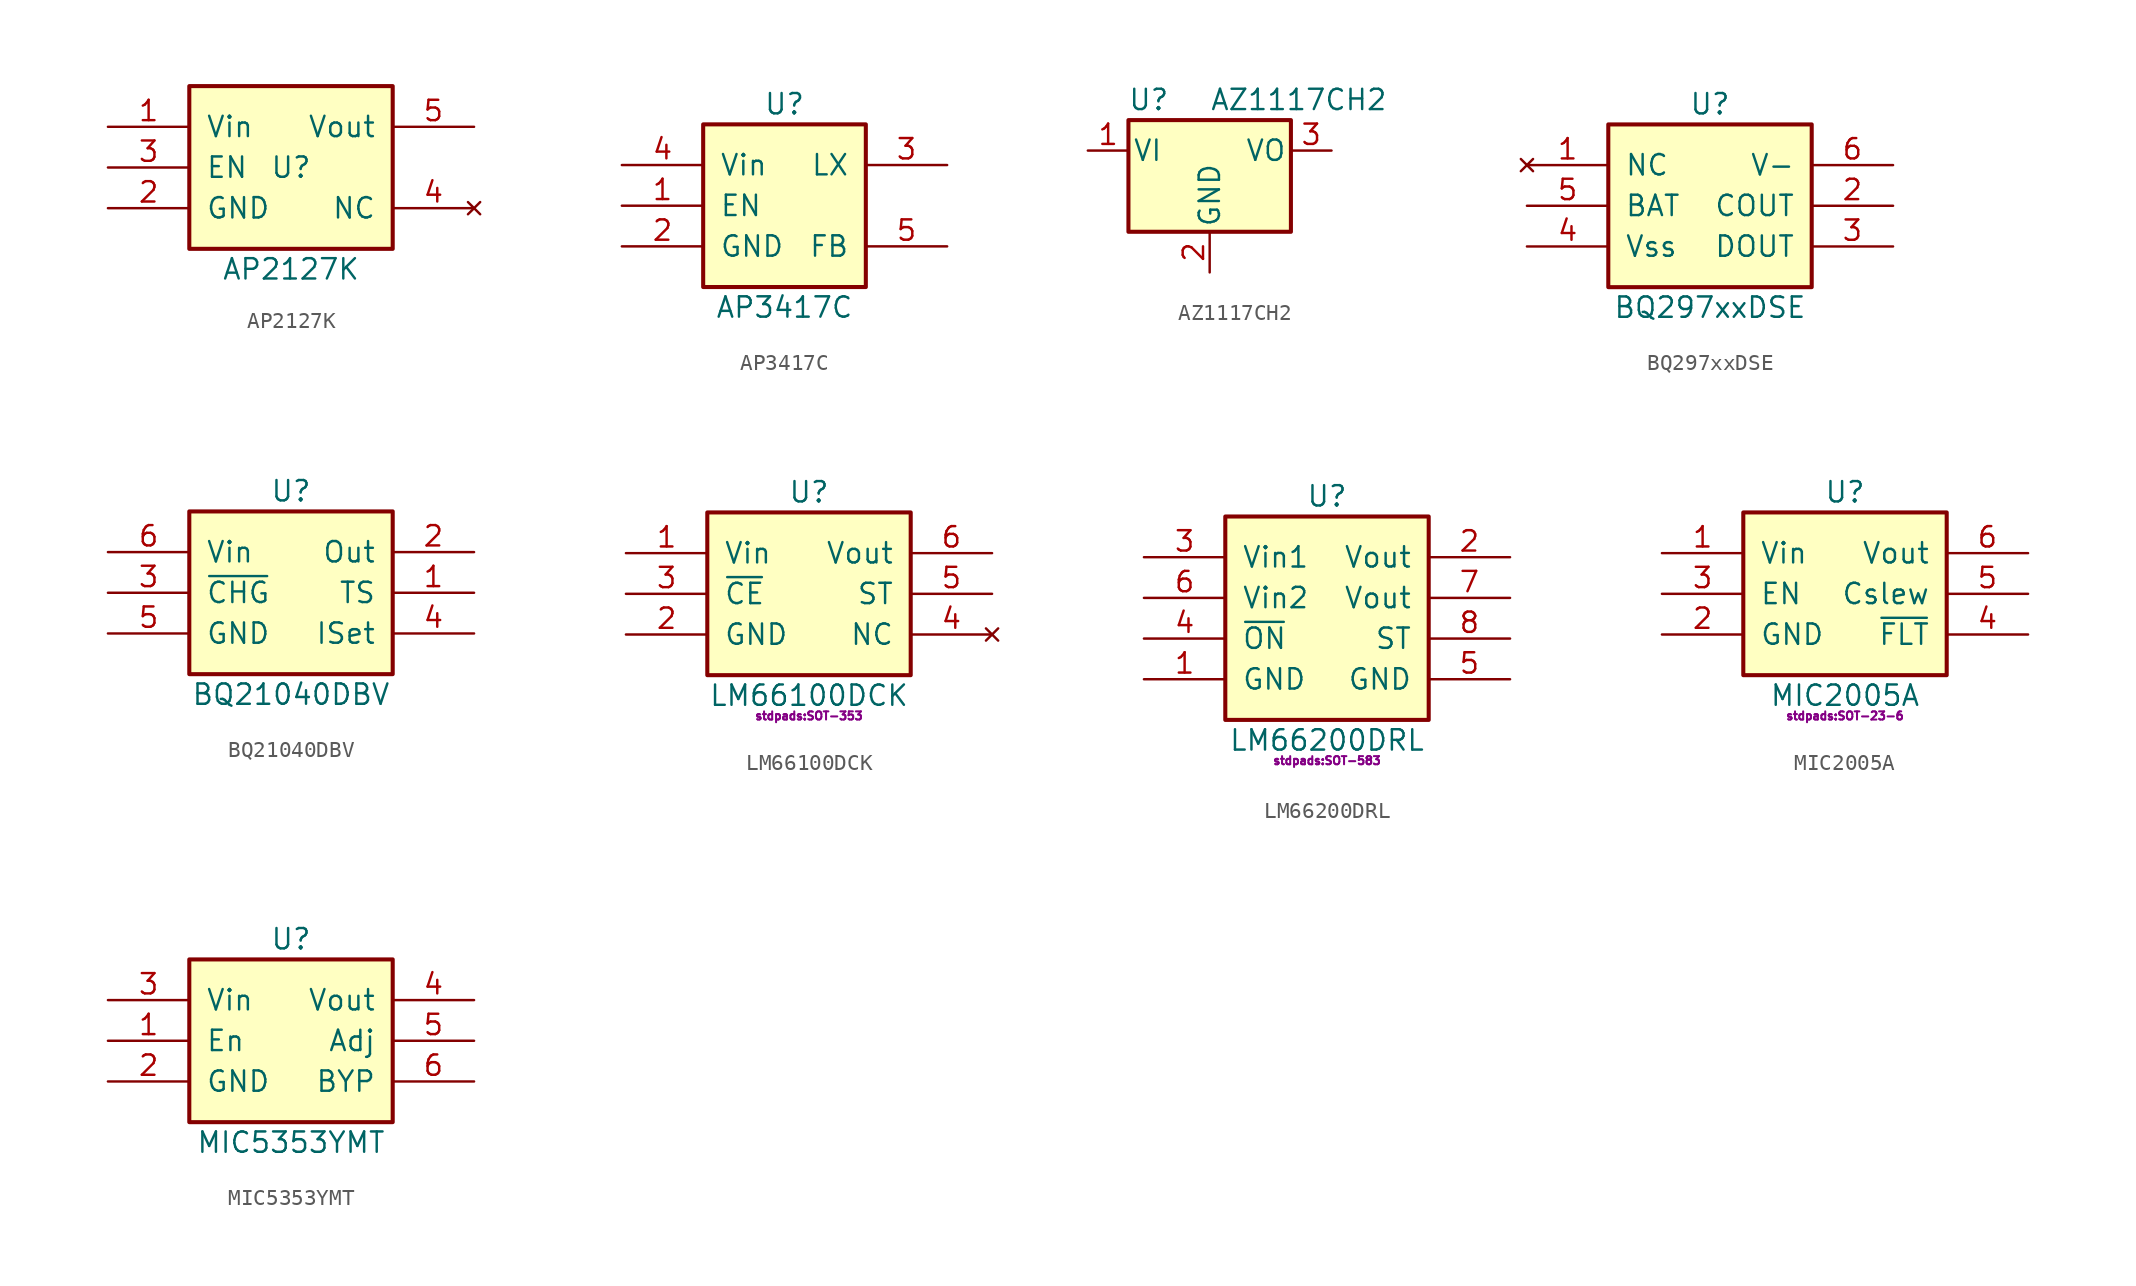
<source format=kicad_sym>
(kicad_symbol_lib
  (version 20231120)
  (generator "kicad_symbol_editor")
  (generator_version "8.0")
  (symbol "AP2127K"
    (pin_names
      (offset 1.016))
    (property "Reference" "U"
      (at 0 0 0)
      (effects (font (size 1.27 1.27))))
    (property "Value" "AP2127K"
      (at 0 -6.35 0)
      (effects (font (size 1.27 1.27))))
    (symbol "AP2127K_0_1"
      (rectangle (start -6.35 5.08) (end 6.35 -5.08) (stroke (width 0.254) (type default)) (fill (type background))))
    (symbol "AP2127K_1_1"
      (pin power_in line (at -11.43 2.54 0) (length 5.08) (name "Vin" (effects (font (size 1.27 1.27)))) (number "1" (effects (font (size 1.27 1.27)))))
      (pin power_in line (at -11.43 -2.54 0) (length 5.08) (name "GND" (effects (font (size 1.27 1.27)))) (number "2" (effects (font (size 1.27 1.27)))))
      (pin input line (at -11.43 0 0) (length 5.08) (name "EN" (effects (font (size 1.27 1.27)))) (number "3" (effects (font (size 1.27 1.27)))))
      (pin no_connect line (at 11.43 -2.54 180) (length 5.08) (name "NC" (effects (font (size 1.27 1.27)))) (number "4" (effects (font (size 1.27 1.27)))))
      (pin power_out line (at 11.43 2.54 180) (length 5.08) (name "Vout" (effects (font (size 1.27 1.27)))) (number "5" (effects (font (size 1.27 1.27)))))))
  (symbol "AP3417C"
    (pin_names
      (offset 1.016))
    (property "Reference" "U"
      (at 0 6.35 0)
      (effects (font (size 1.27 1.27))))
    (property "Value" "AP3417C"
      (at 0 -6.35 0)
      (effects (font (size 1.27 1.27))))
    (symbol "AP3417C_0_1"
      (rectangle (start -5.08 5.08) (end 5.08 -5.08) (stroke (width 0.254) (type default)) (fill (type background))))
    (symbol "AP3417C_1_1"
      (pin input line (at -10.16 0 0) (length 5.08) (name "EN" (effects (font (size 1.27 1.27)))) (number "1" (effects (font (size 1.27 1.27)))))
      (pin power_in line (at -10.16 -2.54 0) (length 5.08) (name "GND" (effects (font (size 1.27 1.27)))) (number "2" (effects (font (size 1.27 1.27)))))
      (pin power_out line (at 10.16 2.54 180) (length 5.08) (name "LX" (effects (font (size 1.27 1.27)))) (number "3" (effects (font (size 1.27 1.27)))))
      (pin power_in line (at -10.16 2.54 0) (length 5.08) (name "Vin" (effects (font (size 1.27 1.27)))) (number "4" (effects (font (size 1.27 1.27)))))
      (pin input line (at 10.16 -2.54 180) (length 5.08) (name "FB" (effects (font (size 1.27 1.27)))) (number "5" (effects (font (size 1.27 1.27)))))))
  (symbol "AZ1117CH2"
    (pin_names
      (offset 0.254))
    (property "Reference" "U"
      (at -3.81 3.175 0)
      (effects (font (size 1.27 1.27))))
    (property "Value" "AZ1117CH2"
      (at 0 3.175 0)
      (effects (font (size 1.27 1.27)) (justify left)))
    (symbol "AZ1117CH2_0_1"
      (rectangle (start -5.08 -5.08) (end 5.08 1.905) (stroke (width 0.254) (type default)) (fill (type background))))
    (symbol "AZ1117CH2_1_1"
      (pin power_in line (at -7.62 0 0) (length 2.54) (name "VI" (effects (font (size 1.27 1.27)))) (number "1" (effects (font (size 1.27 1.27)))))
      (pin power_in line (at 0 -7.62 90) (length 2.54) (name "GND" (effects (font (size 1.27 1.27)))) (number "2" (effects (font (size 1.27 1.27)))))
      (pin power_out line (at 7.62 0 180) (length 2.54) (name "VO" (effects (font (size 1.27 1.27)))) (number "3" (effects (font (size 1.27 1.27)))))))
  (symbol "BQ297xxDSE"
    (pin_names
      (offset 1.016))
    (property "Reference" "U"
      (at 0 6.35 0)
      (effects (font (size 1.27 1.27))))
    (property "Value" "BQ297xxDSE"
      (at 0 -6.35 0)
      (effects (font (size 1.27 1.27))))
    (symbol "BQ297xxDSE_0_1"
      (rectangle (start -6.35 5.08) (end 6.35 -5.08) (stroke (width 0.254) (type default)) (fill (type background))))
    (symbol "BQ297xxDSE_1_1"
      (pin no_connect line (at -11.43 2.54 0) (length 5.08) (name "NC" (effects (font (size 1.27 1.27)))) (number "1" (effects (font (size 1.27 1.27)))))
      (pin output line (at 11.43 0 180) (length 5.08) (name "COUT" (effects (font (size 1.27 1.27)))) (number "2" (effects (font (size 1.27 1.27)))))
      (pin output line (at 11.43 -2.54 180) (length 5.08) (name "DOUT" (effects (font (size 1.27 1.27)))) (number "3" (effects (font (size 1.27 1.27)))))
      (pin power_in line (at -11.43 -2.54 0) (length 5.08) (name "Vss" (effects (font (size 1.27 1.27)))) (number "4" (effects (font (size 1.27 1.27)))))
      (pin power_in line (at -11.43 0 0) (length 5.08) (name "BAT" (effects (font (size 1.27 1.27)))) (number "5" (effects (font (size 1.27 1.27)))))
      (pin input line (at 11.43 2.54 180) (length 5.08) (name "V-" (effects (font (size 1.27 1.27)))) (number "6" (effects (font (size 1.27 1.27)))))))
  (symbol "BQ21040DBV"
    (pin_names
      (offset 1.016))
    (property "Reference" "U"
      (at 0 6.35 0)
      (effects (font (size 1.27 1.27))))
    (property "Value" "BQ21040DBV"
      (at 0 -6.35 0)
      (effects (font (size 1.27 1.27))))
    (symbol "BQ21040DBV_0_1"
      (rectangle (start -6.35 5.08) (end 6.35 -5.08) (stroke (width 0.254) (type default)) (fill (type background))))
    (symbol "BQ21040DBV_1_1"
      (pin unspecified line (at 11.43 0 180) (length 5.08) (name "TS" (effects (font (size 1.27 1.27)))) (number "1" (effects (font (size 1.27 1.27)))))
      (pin power_out line (at 11.43 2.54 180) (length 5.08) (name "Out" (effects (font (size 1.27 1.27)))) (number "2" (effects (font (size 1.27 1.27)))))
      (pin tri_state line (at -11.43 0 0) (length 5.08) (name "~{CHG}" (effects (font (size 1.27 1.27)))) (number "3" (effects (font (size 1.27 1.27)))))
      (pin unspecified line (at 11.43 -2.54 180) (length 5.08) (name "ISet" (effects (font (size 1.27 1.27)))) (number "4" (effects (font (size 1.27 1.27)))))
      (pin power_in line (at -11.43 -2.54 0) (length 5.08) (name "GND" (effects (font (size 1.27 1.27)))) (number "5" (effects (font (size 1.27 1.27)))))
      (pin power_in line (at -11.43 2.54 0) (length 5.08) (name "Vin" (effects (font (size 1.27 1.27)))) (number "6" (effects (font (size 1.27 1.27)))))))
  (symbol "LM66100DCK"
    (pin_names
      (offset 1.016))
    (property "Reference" "U"
      (at 0 6.35 0)
      (effects (font (size 1.27 1.27))))
    (property "Value" "LM66100DCK"
      (at 0 -6.35 0)
      (effects (font (size 1.27 1.27))))
    (property "Footprint" "stdpads:SOT-353"
      (at 0 -7.62 0)
      (effects (font (size 0.508 0.508))))
    (symbol "LM66100DCK_0_1"
      (rectangle (start -6.35 5.08) (end 6.35 -5.08) (stroke (width 0.254) (type default)) (fill (type background))))
    (symbol "LM66100DCK_1_1"
      (pin power_in line (at -11.43 2.54 0) (length 5.08) (name "Vin" (effects (font (size 1.27 1.27)))) (number "1" (effects (font (size 1.27 1.27)))))
      (pin power_in line (at -11.43 -2.54 0) (length 5.08) (name "GND" (effects (font (size 1.27 1.27)))) (number "2" (effects (font (size 1.27 1.27)))))
      (pin input line (at -11.43 0 0) (length 5.08) (name "~{CE}" (effects (font (size 1.27 1.27)))) (number "3" (effects (font (size 1.27 1.27)))))
      (pin no_connect line (at 11.43 -2.54 180) (length 5.08) (name "NC" (effects (font (size 1.27 1.27)))) (number "4" (effects (font (size 1.27 1.27)))))
      (pin output line (at 11.43 0 180) (length 5.08) (name "ST" (effects (font (size 1.27 1.27)))) (number "5" (effects (font (size 1.27 1.27)))))
      (pin power_out line (at 11.43 2.54 180) (length 5.08) (name "Vout" (effects (font (size 1.27 1.27)))) (number "6" (effects (font (size 1.27 1.27)))))))
  (symbol "LM66200DRL"
    (pin_names
      (offset 1.016))
    (property "Reference" "U"
      (at 0 7.62 0)
      (effects (font (size 1.27 1.27))))
    (property "Value" "LM66200DRL"
      (at 0 -7.62 0)
      (effects (font (size 1.27 1.27))))
    (property "Footprint" "stdpads:SOT-583"
      (at 0 -8.89 0)
      (effects (font (size 0.508 0.508))))
    (symbol "LM66200DRL_0_1"
      (rectangle (start -6.35 6.35) (end 6.35 -6.35) (stroke (width 0.254) (type default)) (fill (type background))))
    (symbol "LM66200DRL_1_1"
      (pin power_in line (at -11.43 -3.81 0) (length 5.08) (name "GND" (effects (font (size 1.27 1.27)))) (number "1" (effects (font (size 1.27 1.27)))))
      (pin power_out line (at 11.43 3.81 180) (length 5.08) (name "Vout" (effects (font (size 1.27 1.27)))) (number "2" (effects (font (size 1.27 1.27)))))
      (pin power_in line (at -11.43 3.81 0) (length 5.08) (name "Vin1" (effects (font (size 1.27 1.27)))) (number "3" (effects (font (size 1.27 1.27)))))
      (pin input line (at -11.43 -1.27 0) (length 5.08) (name "~{ON}" (effects (font (size 1.27 1.27)))) (number "4" (effects (font (size 1.27 1.27)))))
      (pin power_in line (at 11.43 -3.81 180) (length 5.08) (name "GND" (effects (font (size 1.27 1.27)))) (number "5" (effects (font (size 1.27 1.27)))))
      (pin power_in line (at -11.43 1.27 0) (length 5.08) (name "Vin2" (effects (font (size 1.27 1.27)))) (number "6" (effects (font (size 1.27 1.27)))))
      (pin power_out line (at 11.43 1.27 180) (length 5.08) (name "Vout" (effects (font (size 1.27 1.27)))) (number "7" (effects (font (size 1.27 1.27)))))
      (pin output line (at 11.43 -1.27 180) (length 5.08) (name "ST" (effects (font (size 1.27 1.27)))) (number "8" (effects (font (size 1.27 1.27)))))))
  (symbol "MIC2005A"
    (pin_names
      (offset 1.016))
    (property "Reference" "U"
      (at 0 6.35 0)
      (effects (font (size 1.27 1.27))))
    (property "Value" "MIC2005A"
      (at 0 -6.35 0)
      (effects (font (size 1.27 1.27))))
    (property "Footprint" "stdpads:SOT-23-6"
      (at 0 -7.62 0)
      (effects (font (size 0.508 0.508))))
    (symbol "MIC2005A_0_1"
      (rectangle (start -6.35 5.08) (end 6.35 -5.08) (stroke (width 0.254) (type default)) (fill (type background))))
    (symbol "MIC2005A_1_1"
      (pin power_in line (at -11.43 2.54 0) (length 5.08) (name "Vin" (effects (font (size 1.27 1.27)))) (number "1" (effects (font (size 1.27 1.27)))))
      (pin power_in line (at -11.43 -2.54 0) (length 5.08) (name "GND" (effects (font (size 1.27 1.27)))) (number "2" (effects (font (size 1.27 1.27)))))
      (pin input line (at -11.43 0 0) (length 5.08) (name "EN" (effects (font (size 1.27 1.27)))) (number "3" (effects (font (size 1.27 1.27)))))
      (pin input line (at 11.43 -2.54 180) (length 5.08) (name "~{FLT}" (effects (font (size 1.27 1.27)))) (number "4" (effects (font (size 1.27 1.27)))))
      (pin passive line (at 11.43 0 180) (length 5.08) (name "Cslew" (effects (font (size 1.27 1.27)))) (number "5" (effects (font (size 1.27 1.27)))))
      (pin power_out line (at 11.43 2.54 180) (length 5.08) (name "Vout" (effects (font (size 1.27 1.27)))) (number "6" (effects (font (size 1.27 1.27)))))))
  (symbol "MIC5353YMT"
    (pin_names
      (offset 1.016))
    (property "Reference" "U"
      (at 0 5.08 0)
      (effects (font (size 1.27 1.27))))
    (property "Value" "MIC5353YMT"
      (at 0 -7.62 0)
      (effects (font (size 1.27 1.27))))
    (symbol "MIC5353YMT_0_1"
      (rectangle (start -6.35 3.81) (end 6.35 -6.35) (stroke (width 0.254) (type default)) (fill (type background))))
    (symbol "MIC5353YMT_1_1"
      (pin input line (at -11.43 -1.27 0) (length 5.08) (name "En" (effects (font (size 1.27 1.27)))) (number "1" (effects (font (size 1.27 1.27)))))
      (pin power_in line (at -11.43 -3.81 0) (length 5.08) (name "GND" (effects (font (size 1.27 1.27)))) (number "2" (effects (font (size 1.27 1.27)))))
      (pin power_in line (at -11.43 1.27 0) (length 5.08) (name "Vin" (effects (font (size 1.27 1.27)))) (number "3" (effects (font (size 1.27 1.27)))))
      (pin power_out line (at 11.43 1.27 180) (length 5.08) (name "Vout" (effects (font (size 1.27 1.27)))) (number "4" (effects (font (size 1.27 1.27)))))
      (pin input line (at 11.43 -1.27 180) (length 5.08) (name "Adj" (effects (font (size 1.27 1.27)))) (number "5" (effects (font (size 1.27 1.27)))))
      (pin power_out line (at 11.43 -3.81 180) (length 5.08) (name "BYP" (effects (font (size 1.27 1.27)))) (number "6" (effects (font (size 1.27 1.27)))))
      (pin power_in line (at -11.43 -3.81 0) (length 5.08) hide (name "pad" (effects (font (size 1.27 1.27)))) (number "7" (effects (font (size 1.27 1.27))))))))
</source>
